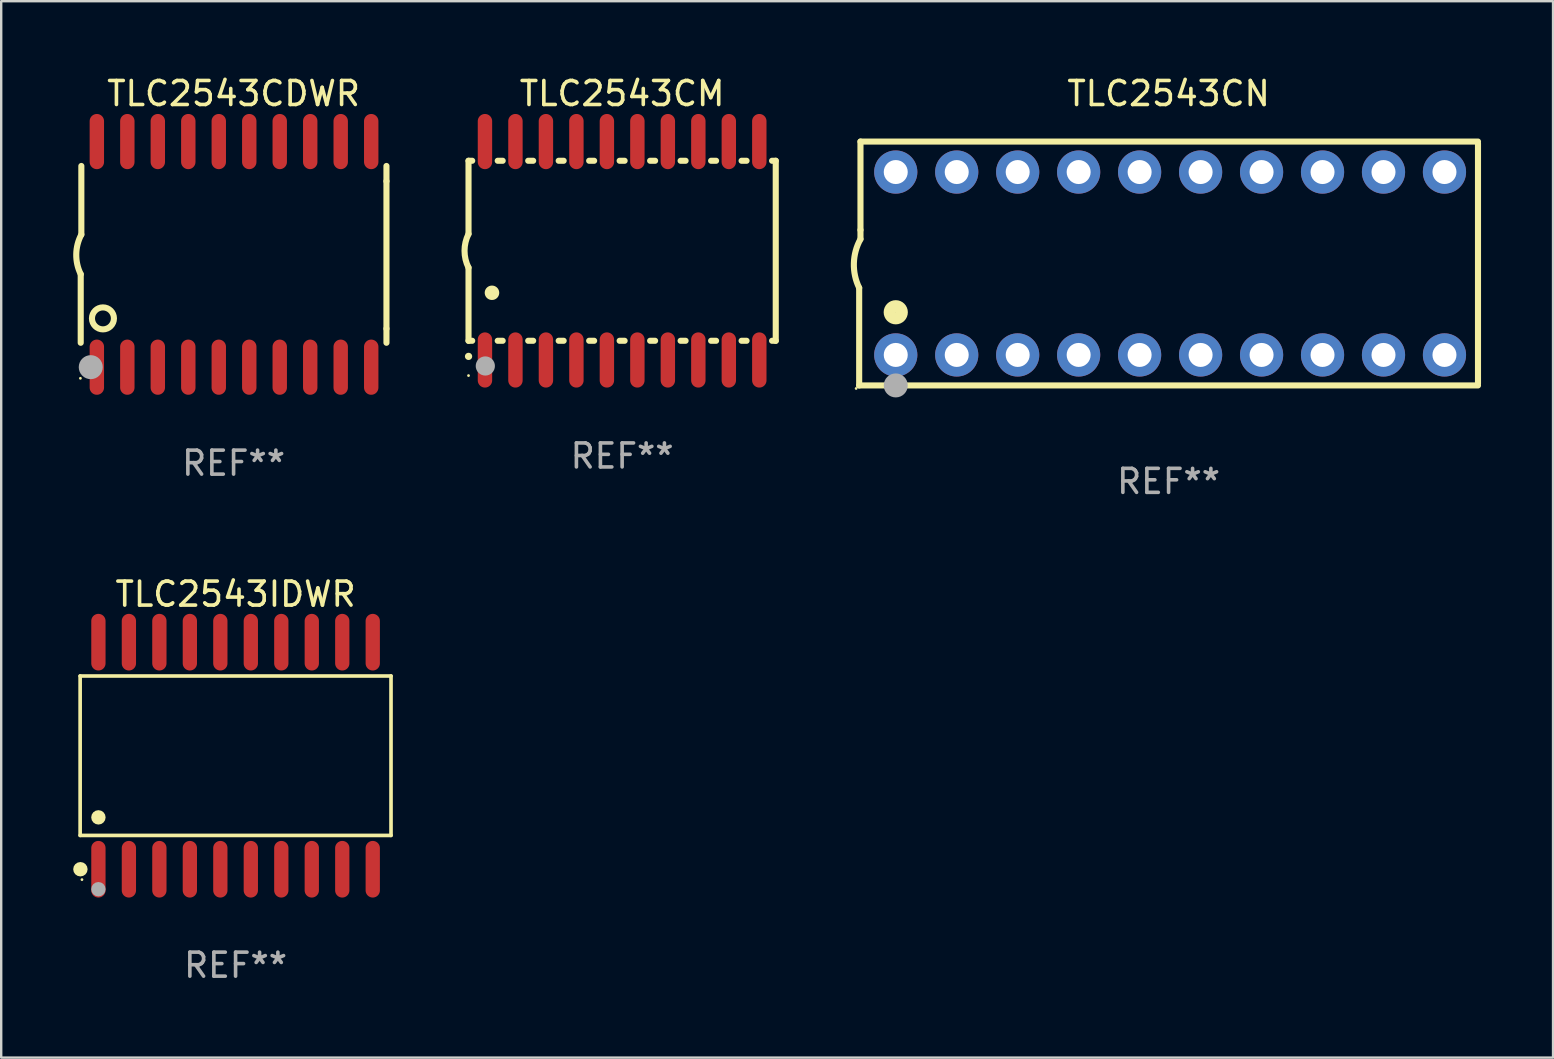
<source format=kicad_pcb>
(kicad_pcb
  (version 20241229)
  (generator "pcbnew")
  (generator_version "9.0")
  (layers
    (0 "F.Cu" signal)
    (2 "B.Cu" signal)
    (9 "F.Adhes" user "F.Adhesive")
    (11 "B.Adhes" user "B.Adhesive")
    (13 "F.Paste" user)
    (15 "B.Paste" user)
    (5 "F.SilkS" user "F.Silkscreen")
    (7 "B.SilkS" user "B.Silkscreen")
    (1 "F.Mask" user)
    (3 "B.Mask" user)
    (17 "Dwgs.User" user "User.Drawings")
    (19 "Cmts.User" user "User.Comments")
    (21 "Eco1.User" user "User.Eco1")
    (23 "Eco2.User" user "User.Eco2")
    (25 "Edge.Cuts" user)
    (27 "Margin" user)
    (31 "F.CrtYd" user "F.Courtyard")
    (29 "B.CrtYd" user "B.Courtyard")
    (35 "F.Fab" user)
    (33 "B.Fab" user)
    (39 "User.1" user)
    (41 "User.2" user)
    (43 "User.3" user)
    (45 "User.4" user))
  (footprint "TLC2543CN"
    (layer "F.Cu")
    (at 45.637 7.928)
    (property "Reference" "TLC2543CN" (at 0 -7.08 0) (layer "F.SilkS") (effects (font (size 1 1) (thickness 0.15))))
    (attr through_hole)
    (fp_line (start -12.891 5.08) (end -12.891 1.016) (stroke (width 0.254) (type solid)) (layer "F.SilkS"))
    (fp_line (start -12.891 5.08) (end 12.891 5.08) (stroke (width 0.254) (type solid)) (layer "F.SilkS"))
    (fp_line (start -12.837 -5.08) (end -12.837 -1.397) (stroke (width 0.254) (type solid)) (layer "F.SilkS"))
    (fp_line (start -12.837 -5.08) (end 12.891 -5.08) (stroke (width 0.254) (type solid)) (layer "F.SilkS"))
    (fp_line (start -12.837 -1.397) (end -12.837 -1.016) (stroke (width 0.254) (type solid)) (layer "F.SilkS"))
    (fp_line (start 12.891 -5) (end 12.891 5) (stroke (width 0.254) (type solid)) (layer "F.SilkS"))
    (fp_arc (start -12.890526 1.016002) (mid -13.111945 -0.006602) (end -12.836525 -1.016002) (stroke (width 0.254001) (type solid)) (layer "F.SilkS"))
    (fp_circle (center -13.018 5.207) (end -12.988 5.207) (stroke (width 0.06) (type solid)) (fill no) (layer "F.SilkS"))
    (fp_circle (center -11.367 2.032) (end -11.113 2.032) (stroke (width 0.5) (type solid)) (fill no) (layer "F.SilkS"))
    (fp_circle (center -11.367 5.08) (end -11.117 5.08) (stroke (width 0.5) (type solid)) (fill no) (layer "F.Fab"))
    (fp_text user "REF**" (at 0 9.08 0) (layer "F.Fab") (effects (font (size 1 1) (thickness 0.15))))
    (pad "1" thru_hole circle (at -11.367 3.81) (size 1.8 1.8) (drill 1) (layers "*.Cu" "*.Mask"))
    (pad "2" thru_hole circle (at -8.827 3.81) (size 1.8 1.8) (drill 1) (layers "*.Cu" "*.Mask"))
    (pad "3" thru_hole circle (at -6.287 3.81) (size 1.8 1.8) (drill 1) (layers "*.Cu" "*.Mask"))
    (pad "4" thru_hole circle (at -3.747 3.81) (size 1.8 1.8) (drill 1) (layers "*.Cu" "*.Mask"))
    (pad "5" thru_hole circle (at -1.207 3.81) (size 1.8 1.8) (drill 1) (layers "*.Cu" "*.Mask"))
    (pad "6" thru_hole circle (at 1.334 3.81) (size 1.8 1.8) (drill 1) (layers "*.Cu" "*.Mask"))
    (pad "7" thru_hole circle (at 3.874 3.81) (size 1.8 1.8) (drill 1) (layers "*.Cu" "*.Mask"))
    (pad "8" thru_hole circle (at 6.414 3.81) (size 1.8 1.8) (drill 1) (layers "*.Cu" "*.Mask"))
    (pad "9" thru_hole circle (at 8.954 3.81) (size 1.8 1.8) (drill 1) (layers "*.Cu" "*.Mask"))
    (pad "10" thru_hole circle (at 11.494 3.81) (size 1.8 1.8) (drill 1) (layers "*.Cu" "*.Mask"))
    (pad "11" thru_hole circle (at 11.494 -3.81) (size 1.8 1.8) (drill 1) (layers "*.Cu" "*.Mask"))
    (pad "12" thru_hole circle (at 8.954 -3.81) (size 1.8 1.8) (drill 1) (layers "*.Cu" "*.Mask"))
    (pad "13" thru_hole circle (at 6.414 -3.81) (size 1.8 1.8) (drill 1) (layers "*.Cu" "*.Mask"))
    (pad "14" thru_hole circle (at 3.874 -3.81) (size 1.8 1.8) (drill 1) (layers "*.Cu" "*.Mask"))
    (pad "15" thru_hole circle (at 1.334 -3.81) (size 1.8 1.8) (drill 1) (layers "*.Cu" "*.Mask"))
    (pad "16" thru_hole circle (at -1.207 -3.81) (size 1.8 1.8) (drill 1) (layers "*.Cu" "*.Mask"))
    (pad "17" thru_hole circle (at -3.747 -3.81) (size 1.8 1.8) (drill 1) (layers "*.Cu" "*.Mask"))
    (pad "18" thru_hole circle (at -6.287 -3.81) (size 1.8 1.8) (drill 1) (layers "*.Cu" "*.Mask"))
    (pad "19" thru_hole circle (at -8.827 -3.81) (size 1.8 1.8) (drill 1) (layers "*.Cu" "*.Mask"))
    (pad "20" thru_hole circle (at -11.367 -3.81) (size 1.8 1.8) (drill 1) (layers "*.Cu" "*.Mask")))
  (footprint "TLC2543CDWR"
    (layer "F.Cu")
    (at 6.682 7.548)
    (property "Reference" "TLC2543CDWR" (at 0 -6.7 0) (layer "F.SilkS") (effects (font (size 1 1) (thickness 0.15))))
    (attr through_hole)
    (fp_line (start -6.369 0.826) (end -6.369 3.683) (stroke (width 0.254) (type solid)) (layer "F.SilkS"))
    (fp_line (start -6.343 -0.825) (end -6.343 -3.683) (stroke (width 0.254) (type solid)) (layer "F.SilkS"))
    (fp_line (start 6.369 -3.048) (end 6.369 -3.683) (stroke (width 0.254) (type solid)) (layer "F.SilkS"))
    (fp_line (start 6.369 -3.048) (end 6.369 3.096) (stroke (width 0.254) (type solid)) (layer "F.SilkS"))
    (fp_line (start 6.369 3.096) (end 6.369 3.683) (stroke (width 0.254) (type solid)) (layer "F.SilkS"))
    (fp_arc (start -6.36853 0.825552) (mid -6.554743 -0.00301) (end -6.343129 -0.825451) (stroke (width 0.254001) (type solid)) (layer "F.SilkS"))
    (fp_circle (center -6.382 5.163) (end -6.352 5.163) (stroke (width 0.06) (type solid)) (fill no) (layer "F.SilkS"))
    (fp_circle (center -5.443 2.667) (end -4.985 2.667) (stroke (width 0.254) (type solid)) (fill no) (layer "F.SilkS"))
    (fp_circle (center -5.951 4.699) (end -5.701 4.699) (stroke (width 0.5) (type solid)) (fill no) (layer "F.Fab"))
    (fp_text user "REF**" (at 0 8.7 0) (layer "F.Fab") (effects (font (size 1 1) (thickness 0.15))))
    (pad "1" smd oval (at -5.697 4.7 180) (size 0.6 2.3) (layers "F.Cu" "F.Mask" "F.Paste"))
    (pad "2" smd oval (at -4.427 4.7 180) (size 0.6 2.3) (layers "F.Cu" "F.Mask" "F.Paste"))
    (pad "3" smd oval (at -3.157 4.7 180) (size 0.6 2.3) (layers "F.Cu" "F.Mask" "F.Paste"))
    (pad "4" smd oval (at -1.887 4.7 180) (size 0.6 2.3) (layers "F.Cu" "F.Mask" "F.Paste"))
    (pad "5" smd oval (at -0.617 4.7 180) (size 0.6 2.3) (layers "F.Cu" "F.Mask" "F.Paste"))
    (pad "6" smd oval (at 0.653 4.7 180) (size 0.6 2.3) (layers "F.Cu" "F.Mask" "F.Paste"))
    (pad "7" smd oval (at 1.923 4.7 180) (size 0.6 2.3) (layers "F.Cu" "F.Mask" "F.Paste"))
    (pad "8" smd oval (at 3.193 4.7 180) (size 0.6 2.3) (layers "F.Cu" "F.Mask" "F.Paste"))
    (pad "9" smd oval (at 4.463 4.7 180) (size 0.6 2.3) (layers "F.Cu" "F.Mask" "F.Paste"))
    (pad "10" smd oval (at 5.734 4.7 180) (size 0.6 2.3) (layers "F.Cu" "F.Mask" "F.Paste"))
    (pad "11" smd oval (at 5.734 -4.7 180) (size 0.6 2.3) (layers "F.Cu" "F.Mask" "F.Paste"))
    (pad "12" smd oval (at 4.463 -4.7 180) (size 0.6 2.3) (layers "F.Cu" "F.Mask" "F.Paste"))
    (pad "13" smd oval (at 3.193 -4.7 180) (size 0.6 2.3) (layers "F.Cu" "F.Mask" "F.Paste"))
    (pad "14" smd oval (at 1.923 -4.7 180) (size 0.6 2.3) (layers "F.Cu" "F.Mask" "F.Paste"))
    (pad "15" smd oval (at 0.653 -4.7 180) (size 0.6 2.3) (layers "F.Cu" "F.Mask" "F.Paste"))
    (pad "16" smd oval (at -0.617 -4.7 180) (size 0.6 2.3) (layers "F.Cu" "F.Mask" "F.Paste"))
    (pad "17" smd oval (at -1.887 -4.7 180) (size 0.6 2.3) (layers "F.Cu" "F.Mask" "F.Paste"))
    (pad "18" smd oval (at -3.157 -4.7 180) (size 0.6 2.3) (layers "F.Cu" "F.Mask" "F.Paste"))
    (pad "19" smd oval (at -4.427 -4.7 180) (size 0.6 2.3) (layers "F.Cu" "F.Mask" "F.Paste"))
    (pad "20" smd oval (at -5.697 -4.7 180) (size 0.6 2.3) (layers "F.Cu" "F.Mask" "F.Paste")))
  (footprint "TLC2543CM"
    (layer "F.Cu")
    (at 22.87 7.398)
    (property "Reference" "TLC2543CM" (at 0 -6.55 0) (layer "F.SilkS") (effects (font (size 1 1) (thickness 0.15))))
    (attr through_hole)
    (fp_line (start -6.4 -3.75) (end -6.4 -0.7) (stroke (width 0.254) (type solid)) (layer "F.SilkS"))
    (fp_line (start -6.4 -3.75) (end -6.246 -3.75) (stroke (width 0.254) (type solid)) (layer "F.SilkS"))
    (fp_line (start -6.4 3.75) (end -6.4 0.7) (stroke (width 0.254) (type solid)) (layer "F.SilkS"))
    (fp_line (start -6.246 3.75) (end -6.4 3.75) (stroke (width 0.254) (type solid)) (layer "F.SilkS"))
    (fp_line (start -5.184 -3.75) (end -4.976 -3.75) (stroke (width 0.254) (type solid)) (layer "F.SilkS"))
    (fp_line (start -4.976 3.75) (end -5.184 3.75) (stroke (width 0.254) (type solid)) (layer "F.SilkS"))
    (fp_line (start -3.914 -3.75) (end -3.706 -3.75) (stroke (width 0.254) (type solid)) (layer "F.SilkS"))
    (fp_line (start -3.706 3.75) (end -3.914 3.75) (stroke (width 0.254) (type solid)) (layer "F.SilkS"))
    (fp_line (start -2.644 -3.75) (end -2.436 -3.75) (stroke (width 0.254) (type solid)) (layer "F.SilkS"))
    (fp_line (start -2.436 3.75) (end -2.644 3.75) (stroke (width 0.254) (type solid)) (layer "F.SilkS"))
    (fp_line (start -1.374 -3.75) (end -1.166 -3.75) (stroke (width 0.254) (type solid)) (layer "F.SilkS"))
    (fp_line (start -1.166 3.75) (end -1.374 3.75) (stroke (width 0.254) (type solid)) (layer "F.SilkS"))
    (fp_line (start -0.104 -3.75) (end 0.104 -3.75) (stroke (width 0.254) (type solid)) (layer "F.SilkS"))
    (fp_line (start 0.104 3.75) (end -0.104 3.75) (stroke (width 0.254) (type solid)) (layer "F.SilkS"))
    (fp_line (start 1.166 -3.75) (end 1.374 -3.75) (stroke (width 0.254) (type solid)) (layer "F.SilkS"))
    (fp_line (start 1.374 3.75) (end 1.166 3.75) (stroke (width 0.254) (type solid)) (layer "F.SilkS"))
    (fp_line (start 2.436 -3.75) (end 2.644 -3.75) (stroke (width 0.254) (type solid)) (layer "F.SilkS"))
    (fp_line (start 2.644 3.75) (end 2.436 3.75) (stroke (width 0.254) (type solid)) (layer "F.SilkS"))
    (fp_line (start 3.706 -3.75) (end 3.914 -3.75) (stroke (width 0.254) (type solid)) (layer "F.SilkS"))
    (fp_line (start 3.914 3.75) (end 3.706 3.75) (stroke (width 0.254) (type solid)) (layer "F.SilkS"))
    (fp_line (start 4.976 -3.75) (end 5.184 -3.75) (stroke (width 0.254) (type solid)) (layer "F.SilkS"))
    (fp_line (start 5.184 3.75) (end 4.976 3.75) (stroke (width 0.254) (type solid)) (layer "F.SilkS"))
    (fp_line (start 6.246 -3.75) (end 6.4 -3.75) (stroke (width 0.254) (type solid)) (layer "F.SilkS"))
    (fp_line (start 6.4 -3.75) (end 6.4 3.75) (stroke (width 0.254) (type solid)) (layer "F.SilkS"))
    (fp_line (start 6.4 3.75) (end 6.246 3.75) (stroke (width 0.254) (type solid)) (layer "F.SilkS"))
    (fp_arc (start -6.400812 0.701041) (mid -6.565912 0.000428) (end -6.400025 -0.7) (stroke (width 0.254001) (type solid)) (layer "F.SilkS"))
    (fp_arc (start -6.400025 4.4) (mid -6.398755 4.399995) (end -6.397485 4.4) (stroke (width 0.3) (type solid)) (layer "F.SilkS"))
    (fp_arc (start -5.425451 1.750064) (mid -5.422911 1.750053) (end -5.420371 1.750064) (stroke (width 0.6) (type solid)) (layer "F.SilkS"))
    (fp_circle (center -6.4 5.2) (end -6.37 5.2) (stroke (width 0.06) (type solid)) (fill no) (layer "F.SilkS"))
    (fp_circle (center -5.7 4.8) (end -5.5 4.8) (stroke (width 0.4) (type solid)) (fill no) (layer "F.Fab"))
    (fp_text user "REF**" (at 0 8.55 0) (layer "F.Fab") (effects (font (size 1 1) (thickness 0.15))))
    (pad "1" smd oval (at -5.715 4.55 180) (size 0.6 2.3) (layers "F.Cu" "F.Mask" "F.Paste"))
    (pad "2" smd oval (at -4.445 4.55 180) (size 0.6 2.3) (layers "F.Cu" "F.Mask" "F.Paste"))
    (pad "3" smd oval (at -3.175 4.55 180) (size 0.6 2.3) (layers "F.Cu" "F.Mask" "F.Paste"))
    (pad "4" smd oval (at -1.905 4.55 180) (size 0.6 2.3) (layers "F.Cu" "F.Mask" "F.Paste"))
    (pad "5" smd oval (at -0.635 4.55 180) (size 0.6 2.3) (layers "F.Cu" "F.Mask" "F.Paste"))
    (pad "6" smd oval (at 0.635 4.55 180) (size 0.6 2.3) (layers "F.Cu" "F.Mask" "F.Paste"))
    (pad "7" smd oval (at 1.905 4.55 180) (size 0.6 2.3) (layers "F.Cu" "F.Mask" "F.Paste"))
    (pad "8" smd oval (at 3.175 4.55 180) (size 0.6 2.3) (layers "F.Cu" "F.Mask" "F.Paste"))
    (pad "9" smd oval (at 4.445 4.55 180) (size 0.6 2.3) (layers "F.Cu" "F.Mask" "F.Paste"))
    (pad "10" smd oval (at 5.715 4.55 180) (size 0.6 2.3) (layers "F.Cu" "F.Mask" "F.Paste"))
    (pad "11" smd oval (at 5.715 -4.55 180) (size 0.6 2.3) (layers "F.Cu" "F.Mask" "F.Paste"))
    (pad "12" smd oval (at 4.445 -4.55 180) (size 0.6 2.3) (layers "F.Cu" "F.Mask" "F.Paste"))
    (pad "13" smd oval (at 3.175 -4.55 180) (size 0.6 2.3) (layers "F.Cu" "F.Mask" "F.Paste"))
    (pad "14" smd oval (at 1.905 -4.55 180) (size 0.6 2.3) (layers "F.Cu" "F.Mask" "F.Paste"))
    (pad "15" smd oval (at 0.635 -4.55 180) (size 0.6 2.3) (layers "F.Cu" "F.Mask" "F.Paste"))
    (pad "16" smd oval (at -0.635 -4.55 180) (size 0.6 2.3) (layers "F.Cu" "F.Mask" "F.Paste"))
    (pad "17" smd oval (at -1.905 -4.55 180) (size 0.6 2.3) (layers "F.Cu" "F.Mask" "F.Paste"))
    (pad "18" smd oval (at -3.175 -4.55 180) (size 0.6 2.3) (layers "F.Cu" "F.Mask" "F.Paste"))
    (pad "19" smd oval (at -4.445 -4.55 180) (size 0.6 2.3) (layers "F.Cu" "F.Mask" "F.Paste"))
    (pad "20" smd oval (at -5.715 -4.55 180) (size 0.6 2.3) (layers "F.Cu" "F.Mask" "F.Paste")))
  (footprint "TLC2543IDWR"
    (layer "F.Cu")
    (at 6.765 28.435)
    (property "Reference" "TLC2543IDWR" (at 0 -6.73 0) (layer "F.SilkS") (effects (font (size 1 1) (thickness 0.15))))
    (attr through_hole)
    (fp_line (start -6.476 -3.321) (end 6.476 -3.321) (stroke (width 0.152) (type solid)) (layer "F.SilkS"))
    (fp_line (start -6.476 3.321) (end -6.476 -3.321) (stroke (width 0.152) (type solid)) (layer "F.SilkS"))
    (fp_line (start 6.476 -3.321) (end 6.476 3.321) (stroke (width 0.152) (type solid)) (layer "F.SilkS"))
    (fp_line (start 6.476 3.321) (end -6.476 3.321) (stroke (width 0.152) (type solid)) (layer "F.SilkS"))
    (fp_circle (center -6.465 4.73) (end -6.315 4.73) (stroke (width 0.3) (type solid)) (fill no) (layer "F.SilkS"))
    (fp_circle (center -6.4 5.163) (end -6.37 5.163) (stroke (width 0.06) (type solid)) (fill no) (layer "F.SilkS"))
    (fp_circle (center -5.715 2.569) (end -5.565 2.569) (stroke (width 0.3) (type solid)) (fill no) (layer "F.SilkS"))
    (fp_circle (center -5.715 5.563) (end -5.565 5.563) (stroke (width 0.3) (type solid)) (fill no) (layer "F.Fab"))
    (fp_text user "REF**" (at 0 8.73 0) (layer "F.Fab") (effects (font (size 1 1) (thickness 0.15))))
    (pad "1" smd oval (at -5.715 4.73) (size 0.595 2.36) (layers "F.Cu" "F.Mask" "F.Paste"))
    (pad "2" smd oval (at -4.445 4.73) (size 0.595 2.36) (layers "F.Cu" "F.Mask" "F.Paste"))
    (pad "3" smd oval (at -3.175 4.73) (size 0.595 2.36) (layers "F.Cu" "F.Mask" "F.Paste"))
    (pad "4" smd oval (at -1.905 4.73) (size 0.595 2.36) (layers "F.Cu" "F.Mask" "F.Paste"))
    (pad "5" smd oval (at -0.635 4.73) (size 0.595 2.36) (layers "F.Cu" "F.Mask" "F.Paste"))
    (pad "6" smd oval (at 0.635 4.73) (size 0.595 2.36) (layers "F.Cu" "F.Mask" "F.Paste"))
    (pad "7" smd oval (at 1.905 4.73) (size 0.595 2.36) (layers "F.Cu" "F.Mask" "F.Paste"))
    (pad "8" smd oval (at 3.175 4.73) (size 0.595 2.36) (layers "F.Cu" "F.Mask" "F.Paste"))
    (pad "9" smd oval (at 4.445 4.73) (size 0.595 2.36) (layers "F.Cu" "F.Mask" "F.Paste"))
    (pad "10" smd oval (at 5.715 4.73) (size 0.595 2.36) (layers "F.Cu" "F.Mask" "F.Paste"))
    (pad "11" smd oval (at 5.715 -4.73) (size 0.595 2.36) (layers "F.Cu" "F.Mask" "F.Paste"))
    (pad "12" smd oval (at 4.445 -4.73) (size 0.595 2.36) (layers "F.Cu" "F.Mask" "F.Paste"))
    (pad "13" smd oval (at 3.175 -4.73) (size 0.595 2.36) (layers "F.Cu" "F.Mask" "F.Paste"))
    (pad "14" smd oval (at 1.905 -4.73) (size 0.595 2.36) (layers "F.Cu" "F.Mask" "F.Paste"))
    (pad "15" smd oval (at 0.635 -4.73) (size 0.595 2.36) (layers "F.Cu" "F.Mask" "F.Paste"))
    (pad "16" smd oval (at -0.635 -4.73) (size 0.595 2.36) (layers "F.Cu" "F.Mask" "F.Paste"))
    (pad "17" smd oval (at -1.905 -4.73) (size 0.595 2.36) (layers "F.Cu" "F.Mask" "F.Paste"))
    (pad "18" smd oval (at -3.175 -4.73) (size 0.595 2.36) (layers "F.Cu" "F.Mask" "F.Paste"))
    (pad "19" smd oval (at -4.445 -4.73) (size 0.595 2.36) (layers "F.Cu" "F.Mask" "F.Paste"))
    (pad "20" smd oval (at -5.715 -4.73) (size 0.595 2.36) (layers "F.Cu" "F.Mask" "F.Paste")))
  (gr_rect
    (start -3 -3)
    (end 61.655 41.013)
    (stroke (width 0.1) (type default))
    (fill no)
    (layer "Edge.Cuts")))
</source>
